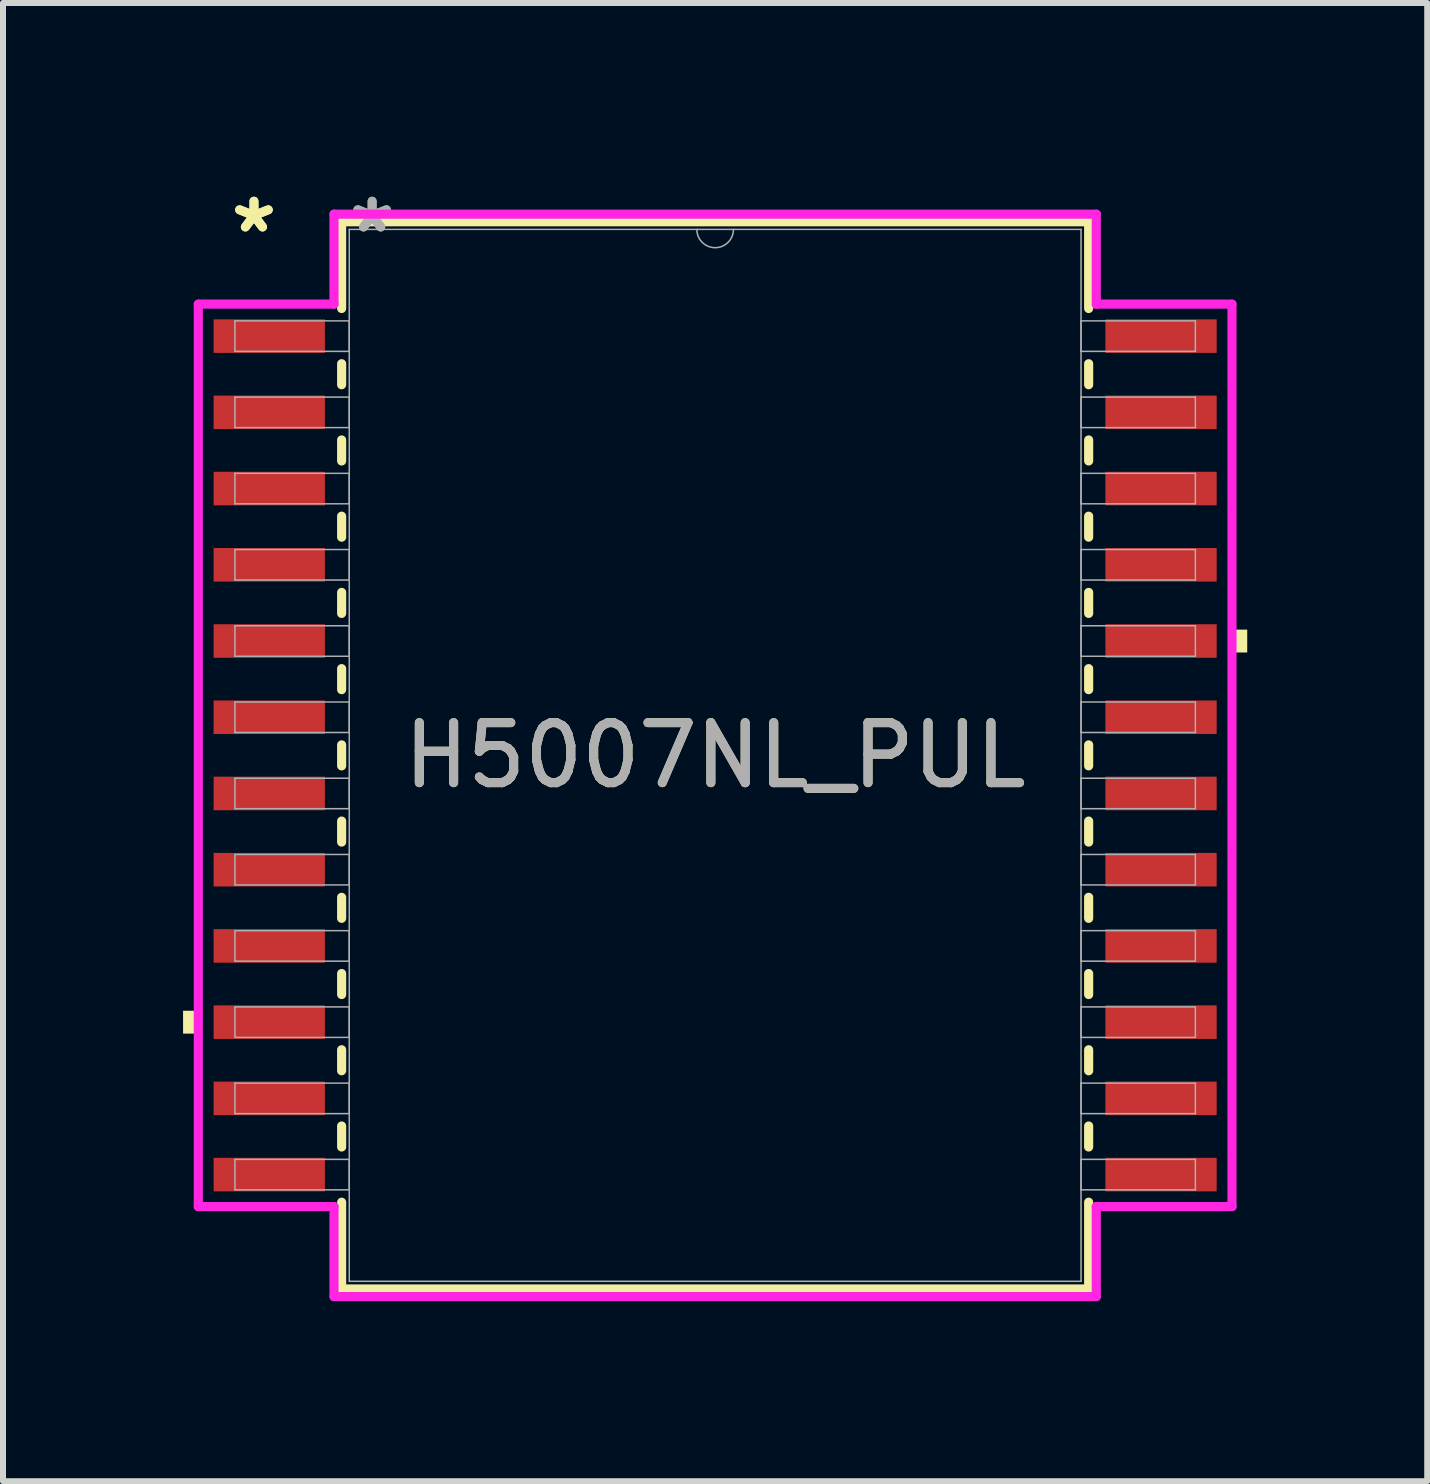
<source format=kicad_pcb>
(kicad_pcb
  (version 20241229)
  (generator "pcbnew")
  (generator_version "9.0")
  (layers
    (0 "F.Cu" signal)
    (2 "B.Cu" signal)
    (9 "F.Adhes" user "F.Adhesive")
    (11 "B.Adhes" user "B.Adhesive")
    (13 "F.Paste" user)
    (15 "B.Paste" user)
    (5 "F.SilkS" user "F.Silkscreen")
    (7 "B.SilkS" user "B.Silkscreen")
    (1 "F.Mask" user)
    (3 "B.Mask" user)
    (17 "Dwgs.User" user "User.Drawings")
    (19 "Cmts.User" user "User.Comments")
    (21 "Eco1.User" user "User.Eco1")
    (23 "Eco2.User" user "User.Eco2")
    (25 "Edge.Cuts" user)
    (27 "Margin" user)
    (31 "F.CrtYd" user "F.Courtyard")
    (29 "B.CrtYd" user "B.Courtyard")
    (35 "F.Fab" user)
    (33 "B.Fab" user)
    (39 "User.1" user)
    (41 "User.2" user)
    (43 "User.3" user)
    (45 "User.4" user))
  (footprint "H5007NL_PUL"
    (layer "F.Cu")
    (at 8.865 9.535)
    (property "Reference" "H5007NL_PUL" (at 0 0 0) (unlocked yes) (layer "F.SilkS") (effects (font (size 1 1) (thickness 0.15))))
    (attr smd)
    (fp_line (start -6.223 -8.89) (end -6.223 -7.445) (stroke (width 0.152) (type solid)) (layer "F.SilkS"))
    (fp_line (start -6.223 -6.525) (end -6.223 -6.175) (stroke (width 0.152) (type solid)) (layer "F.SilkS"))
    (fp_line (start -6.223 -5.255) (end -6.223 -4.905) (stroke (width 0.152) (type solid)) (layer "F.SilkS"))
    (fp_line (start -6.223 -3.985) (end -6.223 -3.635) (stroke (width 0.152) (type solid)) (layer "F.SilkS"))
    (fp_line (start -6.223 -2.715) (end -6.223 -2.365) (stroke (width 0.152) (type solid)) (layer "F.SilkS"))
    (fp_line (start -6.223 -1.445) (end -6.223 -1.095) (stroke (width 0.152) (type solid)) (layer "F.SilkS"))
    (fp_line (start -6.223 -0.175) (end -6.223 0.175) (stroke (width 0.152) (type solid)) (layer "F.SilkS"))
    (fp_line (start -6.223 1.095) (end -6.223 1.445) (stroke (width 0.152) (type solid)) (layer "F.SilkS"))
    (fp_line (start -6.223 2.365) (end -6.223 2.715) (stroke (width 0.152) (type solid)) (layer "F.SilkS"))
    (fp_line (start -6.223 3.635) (end -6.223 3.985) (stroke (width 0.152) (type solid)) (layer "F.SilkS"))
    (fp_line (start -6.223 4.905) (end -6.223 5.255) (stroke (width 0.152) (type solid)) (layer "F.SilkS"))
    (fp_line (start -6.223 6.175) (end -6.223 6.525) (stroke (width 0.152) (type solid)) (layer "F.SilkS"))
    (fp_line (start -6.223 7.445) (end -6.223 8.89) (stroke (width 0.152) (type solid)) (layer "F.SilkS"))
    (fp_line (start -6.223 8.89) (end 6.223 8.89) (stroke (width 0.152) (type solid)) (layer "F.SilkS"))
    (fp_line (start 6.223 -8.89) (end -6.223 -8.89) (stroke (width 0.152) (type solid)) (layer "F.SilkS"))
    (fp_line (start 6.223 -7.445) (end 6.223 -8.89) (stroke (width 0.152) (type solid)) (layer "F.SilkS"))
    (fp_line (start 6.223 -6.175) (end 6.223 -6.525) (stroke (width 0.152) (type solid)) (layer "F.SilkS"))
    (fp_line (start 6.223 -4.905) (end 6.223 -5.255) (stroke (width 0.152) (type solid)) (layer "F.SilkS"))
    (fp_line (start 6.223 -3.635) (end 6.223 -3.985) (stroke (width 0.152) (type solid)) (layer "F.SilkS"))
    (fp_line (start 6.223 -2.365) (end 6.223 -2.715) (stroke (width 0.152) (type solid)) (layer "F.SilkS"))
    (fp_line (start 6.223 -1.095) (end 6.223 -1.445) (stroke (width 0.152) (type solid)) (layer "F.SilkS"))
    (fp_line (start 6.223 0.175) (end 6.223 -0.175) (stroke (width 0.152) (type solid)) (layer "F.SilkS"))
    (fp_line (start 6.223 1.445) (end 6.223 1.095) (stroke (width 0.152) (type solid)) (layer "F.SilkS"))
    (fp_line (start 6.223 2.715) (end 6.223 2.365) (stroke (width 0.152) (type solid)) (layer "F.SilkS"))
    (fp_line (start 6.223 3.985) (end 6.223 3.635) (stroke (width 0.152) (type solid)) (layer "F.SilkS"))
    (fp_line (start 6.223 5.255) (end 6.223 4.905) (stroke (width 0.152) (type solid)) (layer "F.SilkS"))
    (fp_line (start 6.223 6.525) (end 6.223 6.175) (stroke (width 0.152) (type solid)) (layer "F.SilkS"))
    (fp_line (start 6.223 8.89) (end 6.223 7.445) (stroke (width 0.152) (type solid)) (layer "F.SilkS"))
    (fp_poly (pts (xy -8.865 4.255) (xy -8.865 4.636) (xy -8.611 4.636) (xy -8.611 4.255)) (stroke (width 0) (type solid)) (fill yes) (layer "F.SilkS"))
    (fp_poly (pts (xy 8.865 -2.095) (xy 8.865 -1.714) (xy 8.611 -1.714) (xy 8.611 -2.095)) (stroke (width 0) (type solid)) (fill yes) (layer "F.SilkS"))
    (fp_line (start -8.611 -7.518) (end -6.35 -7.518) (stroke (width 0.152) (type solid)) (layer "F.CrtYd"))
    (fp_line (start -8.611 7.518) (end -8.611 -7.518) (stroke (width 0.152) (type solid)) (layer "F.CrtYd"))
    (fp_line (start -8.611 7.518) (end -6.35 7.518) (stroke (width 0.152) (type solid)) (layer "F.CrtYd"))
    (fp_line (start -6.35 -9.017) (end 6.35 -9.017) (stroke (width 0.152) (type solid)) (layer "F.CrtYd"))
    (fp_line (start -6.35 -7.518) (end -6.35 -9.017) (stroke (width 0.152) (type solid)) (layer "F.CrtYd"))
    (fp_line (start -6.35 9.017) (end -6.35 7.518) (stroke (width 0.152) (type solid)) (layer "F.CrtYd"))
    (fp_line (start 6.35 -9.017) (end 6.35 -7.518) (stroke (width 0.152) (type solid)) (layer "F.CrtYd"))
    (fp_line (start 6.35 7.518) (end 6.35 9.017) (stroke (width 0.152) (type solid)) (layer "F.CrtYd"))
    (fp_line (start 6.35 9.017) (end -6.35 9.017) (stroke (width 0.152) (type solid)) (layer "F.CrtYd"))
    (fp_line (start 8.611 -7.518) (end 6.35 -7.518) (stroke (width 0.152) (type solid)) (layer "F.CrtYd"))
    (fp_line (start 8.611 -7.518) (end 8.611 7.518) (stroke (width 0.152) (type solid)) (layer "F.CrtYd"))
    (fp_line (start 8.611 7.518) (end 6.35 7.518) (stroke (width 0.152) (type solid)) (layer "F.CrtYd"))
    (fp_line (start -8.001 -7.239) (end -8.001 -6.731) (stroke (width 0.025) (type solid)) (layer "F.Fab"))
    (fp_line (start -8.001 -6.731) (end -6.096 -6.731) (stroke (width 0.025) (type solid)) (layer "F.Fab"))
    (fp_line (start -8.001 -5.969) (end -8.001 -5.461) (stroke (width 0.025) (type solid)) (layer "F.Fab"))
    (fp_line (start -8.001 -5.461) (end -6.096 -5.461) (stroke (width 0.025) (type solid)) (layer "F.Fab"))
    (fp_line (start -8.001 -4.699) (end -8.001 -4.191) (stroke (width 0.025) (type solid)) (layer "F.Fab"))
    (fp_line (start -8.001 -4.191) (end -6.096 -4.191) (stroke (width 0.025) (type solid)) (layer "F.Fab"))
    (fp_line (start -8.001 -3.429) (end -8.001 -2.921) (stroke (width 0.025) (type solid)) (layer "F.Fab"))
    (fp_line (start -8.001 -2.921) (end -6.096 -2.921) (stroke (width 0.025) (type solid)) (layer "F.Fab"))
    (fp_line (start -8.001 -2.159) (end -8.001 -1.651) (stroke (width 0.025) (type solid)) (layer "F.Fab"))
    (fp_line (start -8.001 -1.651) (end -6.096 -1.651) (stroke (width 0.025) (type solid)) (layer "F.Fab"))
    (fp_line (start -8.001 -0.889) (end -8.001 -0.381) (stroke (width 0.025) (type solid)) (layer "F.Fab"))
    (fp_line (start -8.001 -0.381) (end -6.096 -0.381) (stroke (width 0.025) (type solid)) (layer "F.Fab"))
    (fp_line (start -8.001 0.381) (end -8.001 0.889) (stroke (width 0.025) (type solid)) (layer "F.Fab"))
    (fp_line (start -8.001 0.889) (end -6.096 0.889) (stroke (width 0.025) (type solid)) (layer "F.Fab"))
    (fp_line (start -8.001 1.651) (end -8.001 2.159) (stroke (width 0.025) (type solid)) (layer "F.Fab"))
    (fp_line (start -8.001 2.159) (end -6.096 2.159) (stroke (width 0.025) (type solid)) (layer "F.Fab"))
    (fp_line (start -8.001 2.921) (end -8.001 3.429) (stroke (width 0.025) (type solid)) (layer "F.Fab"))
    (fp_line (start -8.001 3.429) (end -6.096 3.429) (stroke (width 0.025) (type solid)) (layer "F.Fab"))
    (fp_line (start -8.001 4.191) (end -8.001 4.699) (stroke (width 0.025) (type solid)) (layer "F.Fab"))
    (fp_line (start -8.001 4.699) (end -6.096 4.699) (stroke (width 0.025) (type solid)) (layer "F.Fab"))
    (fp_line (start -8.001 5.461) (end -8.001 5.969) (stroke (width 0.025) (type solid)) (layer "F.Fab"))
    (fp_line (start -8.001 5.969) (end -6.096 5.969) (stroke (width 0.025) (type solid)) (layer "F.Fab"))
    (fp_line (start -8.001 6.731) (end -8.001 7.239) (stroke (width 0.025) (type solid)) (layer "F.Fab"))
    (fp_line (start -8.001 7.239) (end -6.096 7.239) (stroke (width 0.025) (type solid)) (layer "F.Fab"))
    (fp_line (start -6.096 -8.763) (end -6.096 8.763) (stroke (width 0.025) (type solid)) (layer "F.Fab"))
    (fp_line (start -6.096 -7.239) (end -8.001 -7.239) (stroke (width 0.025) (type solid)) (layer "F.Fab"))
    (fp_line (start -6.096 -6.731) (end -6.096 -7.239) (stroke (width 0.025) (type solid)) (layer "F.Fab"))
    (fp_line (start -6.096 -5.969) (end -8.001 -5.969) (stroke (width 0.025) (type solid)) (layer "F.Fab"))
    (fp_line (start -6.096 -5.461) (end -6.096 -5.969) (stroke (width 0.025) (type solid)) (layer "F.Fab"))
    (fp_line (start -6.096 -4.699) (end -8.001 -4.699) (stroke (width 0.025) (type solid)) (layer "F.Fab"))
    (fp_line (start -6.096 -4.191) (end -6.096 -4.699) (stroke (width 0.025) (type solid)) (layer "F.Fab"))
    (fp_line (start -6.096 -3.429) (end -8.001 -3.429) (stroke (width 0.025) (type solid)) (layer "F.Fab"))
    (fp_line (start -6.096 -2.921) (end -6.096 -3.429) (stroke (width 0.025) (type solid)) (layer "F.Fab"))
    (fp_line (start -6.096 -2.159) (end -8.001 -2.159) (stroke (width 0.025) (type solid)) (layer "F.Fab"))
    (fp_line (start -6.096 -1.651) (end -6.096 -2.159) (stroke (width 0.025) (type solid)) (layer "F.Fab"))
    (fp_line (start -6.096 -0.889) (end -8.001 -0.889) (stroke (width 0.025) (type solid)) (layer "F.Fab"))
    (fp_line (start -6.096 -0.381) (end -6.096 -0.889) (stroke (width 0.025) (type solid)) (layer "F.Fab"))
    (fp_line (start -6.096 0.381) (end -8.001 0.381) (stroke (width 0.025) (type solid)) (layer "F.Fab"))
    (fp_line (start -6.096 0.889) (end -6.096 0.381) (stroke (width 0.025) (type solid)) (layer "F.Fab"))
    (fp_line (start -6.096 1.651) (end -8.001 1.651) (stroke (width 0.025) (type solid)) (layer "F.Fab"))
    (fp_line (start -6.096 2.159) (end -6.096 1.651) (stroke (width 0.025) (type solid)) (layer "F.Fab"))
    (fp_line (start -6.096 2.921) (end -8.001 2.921) (stroke (width 0.025) (type solid)) (layer "F.Fab"))
    (fp_line (start -6.096 3.429) (end -6.096 2.921) (stroke (width 0.025) (type solid)) (layer "F.Fab"))
    (fp_line (start -6.096 4.191) (end -8.001 4.191) (stroke (width 0.025) (type solid)) (layer "F.Fab"))
    (fp_line (start -6.096 4.699) (end -6.096 4.191) (stroke (width 0.025) (type solid)) (layer "F.Fab"))
    (fp_line (start -6.096 5.461) (end -8.001 5.461) (stroke (width 0.025) (type solid)) (layer "F.Fab"))
    (fp_line (start -6.096 5.969) (end -6.096 5.461) (stroke (width 0.025) (type solid)) (layer "F.Fab"))
    (fp_line (start -6.096 6.731) (end -8.001 6.731) (stroke (width 0.025) (type solid)) (layer "F.Fab"))
    (fp_line (start -6.096 7.239) (end -6.096 6.731) (stroke (width 0.025) (type solid)) (layer "F.Fab"))
    (fp_line (start -6.096 8.763) (end 6.096 8.763) (stroke (width 0.025) (type solid)) (layer "F.Fab"))
    (fp_line (start 6.096 -8.763) (end -6.096 -8.763) (stroke (width 0.025) (type solid)) (layer "F.Fab"))
    (fp_line (start 6.096 -7.239) (end 6.096 -6.731) (stroke (width 0.025) (type solid)) (layer "F.Fab"))
    (fp_line (start 6.096 -6.731) (end 8.001 -6.731) (stroke (width 0.025) (type solid)) (layer "F.Fab"))
    (fp_line (start 6.096 -5.969) (end 6.096 -5.461) (stroke (width 0.025) (type solid)) (layer "F.Fab"))
    (fp_line (start 6.096 -5.461) (end 8.001 -5.461) (stroke (width 0.025) (type solid)) (layer "F.Fab"))
    (fp_line (start 6.096 -4.699) (end 6.096 -4.191) (stroke (width 0.025) (type solid)) (layer "F.Fab"))
    (fp_line (start 6.096 -4.191) (end 8.001 -4.191) (stroke (width 0.025) (type solid)) (layer "F.Fab"))
    (fp_line (start 6.096 -3.429) (end 6.096 -2.921) (stroke (width 0.025) (type solid)) (layer "F.Fab"))
    (fp_line (start 6.096 -2.921) (end 8.001 -2.921) (stroke (width 0.025) (type solid)) (layer "F.Fab"))
    (fp_line (start 6.096 -2.159) (end 6.096 -1.651) (stroke (width 0.025) (type solid)) (layer "F.Fab"))
    (fp_line (start 6.096 -1.651) (end 8.001 -1.651) (stroke (width 0.025) (type solid)) (layer "F.Fab"))
    (fp_line (start 6.096 -0.889) (end 6.096 -0.381) (stroke (width 0.025) (type solid)) (layer "F.Fab"))
    (fp_line (start 6.096 -0.381) (end 8.001 -0.381) (stroke (width 0.025) (type solid)) (layer "F.Fab"))
    (fp_line (start 6.096 0.381) (end 6.096 0.889) (stroke (width 0.025) (type solid)) (layer "F.Fab"))
    (fp_line (start 6.096 0.889) (end 8.001 0.889) (stroke (width 0.025) (type solid)) (layer "F.Fab"))
    (fp_line (start 6.096 1.651) (end 6.096 2.159) (stroke (width 0.025) (type solid)) (layer "F.Fab"))
    (fp_line (start 6.096 2.159) (end 8.001 2.159) (stroke (width 0.025) (type solid)) (layer "F.Fab"))
    (fp_line (start 6.096 2.921) (end 6.096 3.429) (stroke (width 0.025) (type solid)) (layer "F.Fab"))
    (fp_line (start 6.096 3.429) (end 8.001 3.429) (stroke (width 0.025) (type solid)) (layer "F.Fab"))
    (fp_line (start 6.096 4.191) (end 6.096 4.699) (stroke (width 0.025) (type solid)) (layer "F.Fab"))
    (fp_line (start 6.096 4.699) (end 8.001 4.699) (stroke (width 0.025) (type solid)) (layer "F.Fab"))
    (fp_line (start 6.096 5.461) (end 6.096 5.969) (stroke (width 0.025) (type solid)) (layer "F.Fab"))
    (fp_line (start 6.096 5.969) (end 8.001 5.969) (stroke (width 0.025) (type solid)) (layer "F.Fab"))
    (fp_line (start 6.096 6.731) (end 6.096 7.239) (stroke (width 0.025) (type solid)) (layer "F.Fab"))
    (fp_line (start 6.096 7.239) (end 8.001 7.239) (stroke (width 0.025) (type solid)) (layer "F.Fab"))
    (fp_line (start 6.096 8.763) (end 6.096 -8.763) (stroke (width 0.025) (type solid)) (layer "F.Fab"))
    (fp_line (start 8.001 -7.239) (end 6.096 -7.239) (stroke (width 0.025) (type solid)) (layer "F.Fab"))
    (fp_line (start 8.001 -6.731) (end 8.001 -7.239) (stroke (width 0.025) (type solid)) (layer "F.Fab"))
    (fp_line (start 8.001 -5.969) (end 6.096 -5.969) (stroke (width 0.025) (type solid)) (layer "F.Fab"))
    (fp_line (start 8.001 -5.461) (end 8.001 -5.969) (stroke (width 0.025) (type solid)) (layer "F.Fab"))
    (fp_line (start 8.001 -4.699) (end 6.096 -4.699) (stroke (width 0.025) (type solid)) (layer "F.Fab"))
    (fp_line (start 8.001 -4.191) (end 8.001 -4.699) (stroke (width 0.025) (type solid)) (layer "F.Fab"))
    (fp_line (start 8.001 -3.429) (end 6.096 -3.429) (stroke (width 0.025) (type solid)) (layer "F.Fab"))
    (fp_line (start 8.001 -2.921) (end 8.001 -3.429) (stroke (width 0.025) (type solid)) (layer "F.Fab"))
    (fp_line (start 8.001 -2.159) (end 6.096 -2.159) (stroke (width 0.025) (type solid)) (layer "F.Fab"))
    (fp_line (start 8.001 -1.651) (end 8.001 -2.159) (stroke (width 0.025) (type solid)) (layer "F.Fab"))
    (fp_line (start 8.001 -0.889) (end 6.096 -0.889) (stroke (width 0.025) (type solid)) (layer "F.Fab"))
    (fp_line (start 8.001 -0.381) (end 8.001 -0.889) (stroke (width 0.025) (type solid)) (layer "F.Fab"))
    (fp_line (start 8.001 0.381) (end 6.096 0.381) (stroke (width 0.025) (type solid)) (layer "F.Fab"))
    (fp_line (start 8.001 0.889) (end 8.001 0.381) (stroke (width 0.025) (type solid)) (layer "F.Fab"))
    (fp_line (start 8.001 1.651) (end 6.096 1.651) (stroke (width 0.025) (type solid)) (layer "F.Fab"))
    (fp_line (start 8.001 2.159) (end 8.001 1.651) (stroke (width 0.025) (type solid)) (layer "F.Fab"))
    (fp_line (start 8.001 2.921) (end 6.096 2.921) (stroke (width 0.025) (type solid)) (layer "F.Fab"))
    (fp_line (start 8.001 3.429) (end 8.001 2.921) (stroke (width 0.025) (type solid)) (layer "F.Fab"))
    (fp_line (start 8.001 4.191) (end 6.096 4.191) (stroke (width 0.025) (type solid)) (layer "F.Fab"))
    (fp_line (start 8.001 4.699) (end 8.001 4.191) (stroke (width 0.025) (type solid)) (layer "F.Fab"))
    (fp_line (start 8.001 5.461) (end 6.096 5.461) (stroke (width 0.025) (type solid)) (layer "F.Fab"))
    (fp_line (start 8.001 5.969) (end 8.001 5.461) (stroke (width 0.025) (type solid)) (layer "F.Fab"))
    (fp_line (start 8.001 6.731) (end 6.096 6.731) (stroke (width 0.025) (type solid)) (layer "F.Fab"))
    (fp_line (start 8.001 7.239) (end 8.001 6.731) (stroke (width 0.025) (type solid)) (layer "F.Fab"))
    (fp_arc (start 0.3048 -8.763) (mid 0 -8.4582) (end -0.3048 -8.763) (stroke (width 0.0254) (type solid)) (layer "F.Fab"))
    (fp_text user "*" (at -7.684 -8.687 0) (layer "F.SilkS") (effects (font (size 1 1) (thickness 0.15))))
    (fp_text user "*" (at -7.684 -8.687 0) (unlocked yes) (layer "F.SilkS") (effects (font (size 1 1) (thickness 0.15))))
    (fp_text user "*" (at -5.715 -8.687 0) (unlocked yes) (layer "F.Fab") (effects (font (size 1 1) (thickness 0.15))))
    (fp_text user "${REFERENCE}" (at 0 0 0) (unlocked yes) (layer "F.Fab") (effects (font (size 1 1) (thickness 0.15))))
    (fp_text user "*" (at -5.715 -8.687 0) (layer "F.Fab") (effects (font (size 1 1) (thickness 0.15))))
    (pad "1" smd rect (at -7.429 -6.985) (size 1.854 0.559) (layers "F.Cu" "F.Mask" "F.Paste"))
    (pad "2" smd rect (at -7.429 -5.715) (size 1.854 0.559) (layers "F.Cu" "F.Mask" "F.Paste"))
    (pad "3" smd rect (at -7.429 -4.445) (size 1.854 0.559) (layers "F.Cu" "F.Mask" "F.Paste"))
    (pad "4" smd rect (at -7.429 -3.175) (size 1.854 0.559) (layers "F.Cu" "F.Mask" "F.Paste"))
    (pad "5" smd rect (at -7.429 -1.905) (size 1.854 0.559) (layers "F.Cu" "F.Mask" "F.Paste"))
    (pad "6" smd rect (at -7.429 -0.635) (size 1.854 0.559) (layers "F.Cu" "F.Mask" "F.Paste"))
    (pad "7" smd rect (at -7.429 0.635) (size 1.854 0.559) (layers "F.Cu" "F.Mask" "F.Paste"))
    (pad "8" smd rect (at -7.429 1.905) (size 1.854 0.559) (layers "F.Cu" "F.Mask" "F.Paste"))
    (pad "9" smd rect (at -7.429 3.175) (size 1.854 0.559) (layers "F.Cu" "F.Mask" "F.Paste"))
    (pad "10" smd rect (at -7.429 4.445) (size 1.854 0.559) (layers "F.Cu" "F.Mask" "F.Paste"))
    (pad "11" smd rect (at -7.429 5.715) (size 1.854 0.559) (layers "F.Cu" "F.Mask" "F.Paste"))
    (pad "12" smd rect (at -7.429 6.985) (size 1.854 0.559) (layers "F.Cu" "F.Mask" "F.Paste"))
    (pad "13" smd rect (at 7.429 6.985) (size 1.854 0.559) (layers "F.Cu" "F.Mask" "F.Paste"))
    (pad "14" smd rect (at 7.429 5.715) (size 1.854 0.559) (layers "F.Cu" "F.Mask" "F.Paste"))
    (pad "15" smd rect (at 7.429 4.445) (size 1.854 0.559) (layers "F.Cu" "F.Mask" "F.Paste"))
    (pad "16" smd rect (at 7.429 3.175) (size 1.854 0.559) (layers "F.Cu" "F.Mask" "F.Paste"))
    (pad "17" smd rect (at 7.429 1.905) (size 1.854 0.559) (layers "F.Cu" "F.Mask" "F.Paste"))
    (pad "18" smd rect (at 7.429 0.635) (size 1.854 0.559) (layers "F.Cu" "F.Mask" "F.Paste"))
    (pad "19" smd rect (at 7.429 -0.635) (size 1.854 0.559) (layers "F.Cu" "F.Mask" "F.Paste"))
    (pad "20" smd rect (at 7.429 -1.905) (size 1.854 0.559) (layers "F.Cu" "F.Mask" "F.Paste"))
    (pad "21" smd rect (at 7.429 -3.175) (size 1.854 0.559) (layers "F.Cu" "F.Mask" "F.Paste"))
    (pad "22" smd rect (at 7.429 -4.445) (size 1.854 0.559) (layers "F.Cu" "F.Mask" "F.Paste"))
    (pad "23" smd rect (at 7.429 -5.715) (size 1.854 0.559) (layers "F.Cu" "F.Mask" "F.Paste"))
    (pad "24" smd rect (at 7.429 -6.985) (size 1.854 0.559) (layers "F.Cu" "F.Mask" "F.Paste")))
  (gr_rect
    (start -3 -3)
    (end 20.729 21.628)
    (stroke (width 0.1) (type default))
    (fill no)
    (layer "Edge.Cuts")))
</source>
